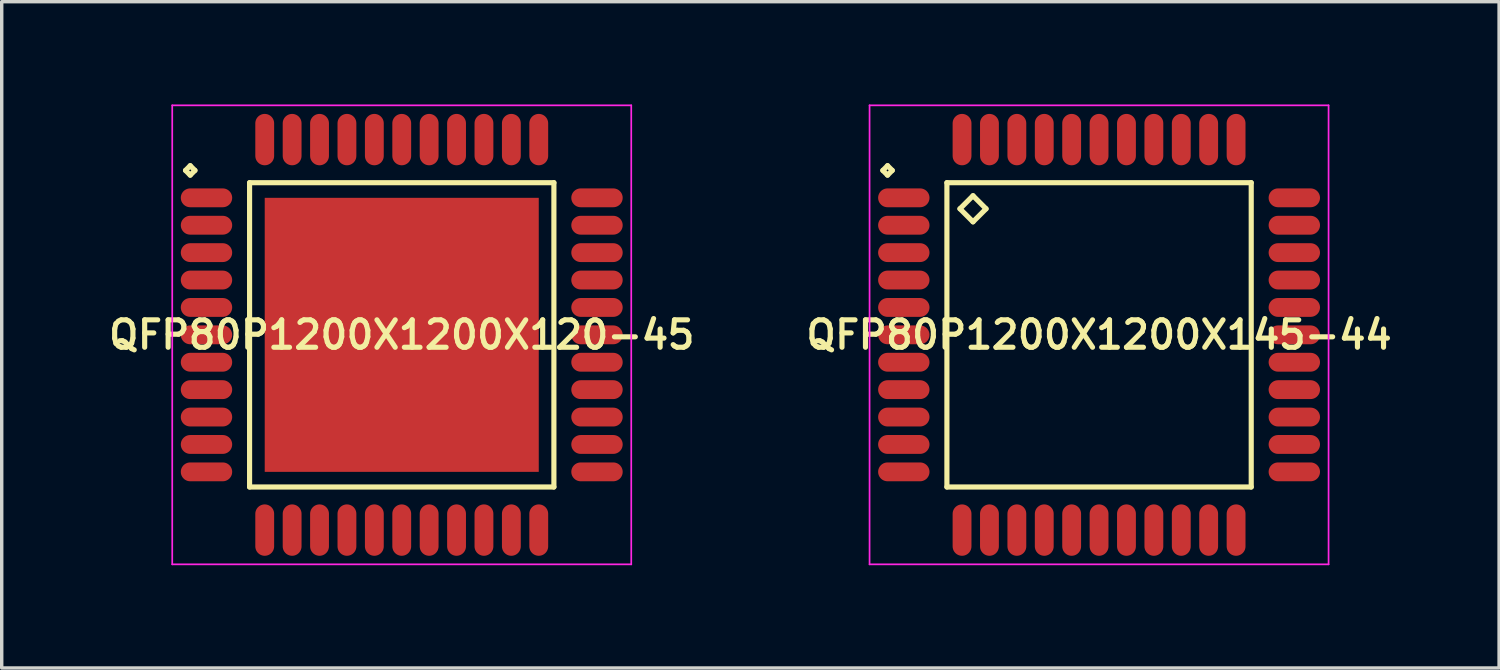
<source format=kicad_pcb>
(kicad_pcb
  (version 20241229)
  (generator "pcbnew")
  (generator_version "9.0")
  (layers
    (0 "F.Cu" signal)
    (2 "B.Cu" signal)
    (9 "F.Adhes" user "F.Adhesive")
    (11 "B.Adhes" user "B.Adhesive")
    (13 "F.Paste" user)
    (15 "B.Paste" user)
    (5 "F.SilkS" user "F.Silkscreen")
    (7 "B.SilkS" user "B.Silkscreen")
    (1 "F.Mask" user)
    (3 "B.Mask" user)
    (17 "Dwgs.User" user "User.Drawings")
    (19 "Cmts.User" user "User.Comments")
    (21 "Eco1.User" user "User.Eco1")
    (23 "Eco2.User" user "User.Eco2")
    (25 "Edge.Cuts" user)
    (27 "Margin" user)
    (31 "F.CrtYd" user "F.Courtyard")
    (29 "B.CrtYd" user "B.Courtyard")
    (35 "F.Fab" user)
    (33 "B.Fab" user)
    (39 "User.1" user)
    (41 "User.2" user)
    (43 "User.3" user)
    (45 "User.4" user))
  (footprint "QFP80P1200X1200X120-45"
    (layer "F.Cu")
    (at 8.678 6.725)
    (property "Reference" "QFP80P1200X1200X120-45" (at 0 0 0) (layer "F.SilkS") (effects (font (size 0.8 0.8) (thickness 0.15))))
    (attr smd)
    (fp_line (start -6.312 -4.8) (end -6.175 -4.938) (stroke (width 0.15) (type solid)) (layer "F.SilkS"))
    (fp_line (start -6.175 -4.938) (end -6.037 -4.8) (stroke (width 0.15) (type solid)) (layer "F.SilkS"))
    (fp_line (start -6.175 -4.662) (end -6.312 -4.8) (stroke (width 0.15) (type solid)) (layer "F.SilkS"))
    (fp_line (start -6.037 -4.8) (end -6.175 -4.662) (stroke (width 0.15) (type solid)) (layer "F.SilkS"))
    (fp_line (start -4.442 -4.442) (end -4.442 4.442) (stroke (width 0.15) (type solid)) (layer "F.SilkS"))
    (fp_line (start -4.442 4.442) (end 4.442 4.442) (stroke (width 0.15) (type solid)) (layer "F.SilkS"))
    (fp_line (start 4.442 -4.442) (end -4.442 -4.442) (stroke (width 0.15) (type solid)) (layer "F.SilkS"))
    (fp_line (start 4.442 4.442) (end 4.442 -4.442) (stroke (width 0.15) (type solid)) (layer "F.SilkS"))
    (fp_line (start -6.7 -6.7) (end 6.7 -6.7) (stroke (width 0.05) (type solid)) (layer "F.CrtYd"))
    (fp_line (start -6.7 6.7) (end -6.7 -6.7) (stroke (width 0.05) (type solid)) (layer "F.CrtYd"))
    (fp_line (start 6.7 -6.7) (end 6.7 6.7) (stroke (width 0.05) (type solid)) (layer "F.CrtYd"))
    (fp_line (start 6.7 6.7) (end -6.7 6.7) (stroke (width 0.05) (type solid)) (layer "F.CrtYd"))
    (pad "1" smd oval (at -5.7 -4) (size 1.5 0.55) (layers "F.Cu" "F.Mask" "F.Paste"))
    (pad "2" smd oval (at -5.7 -3.2) (size 1.5 0.55) (layers "F.Cu" "F.Mask" "F.Paste"))
    (pad "3" smd oval (at -5.7 -2.4) (size 1.5 0.55) (layers "F.Cu" "F.Mask" "F.Paste"))
    (pad "4" smd oval (at -5.7 -1.6) (size 1.5 0.55) (layers "F.Cu" "F.Mask" "F.Paste"))
    (pad "5" smd oval (at -5.7 -0.8) (size 1.5 0.55) (layers "F.Cu" "F.Mask" "F.Paste"))
    (pad "6" smd oval (at -5.7 0) (size 1.5 0.55) (layers "F.Cu" "F.Mask" "F.Paste"))
    (pad "7" smd oval (at -5.7 0.8) (size 1.5 0.55) (layers "F.Cu" "F.Mask" "F.Paste"))
    (pad "8" smd oval (at -5.7 1.6) (size 1.5 0.55) (layers "F.Cu" "F.Mask" "F.Paste"))
    (pad "9" smd oval (at -5.7 2.4) (size 1.5 0.55) (layers "F.Cu" "F.Mask" "F.Paste"))
    (pad "10" smd oval (at -5.7 3.2) (size 1.5 0.55) (layers "F.Cu" "F.Mask" "F.Paste"))
    (pad "11" smd oval (at -5.7 4) (size 1.5 0.55) (layers "F.Cu" "F.Mask" "F.Paste"))
    (pad "12" smd oval (at -4 5.7) (size 0.55 1.5) (layers "F.Cu" "F.Mask" "F.Paste"))
    (pad "13" smd oval (at -3.2 5.7) (size 0.55 1.5) (layers "F.Cu" "F.Mask" "F.Paste"))
    (pad "14" smd oval (at -2.4 5.7) (size 0.55 1.5) (layers "F.Cu" "F.Mask" "F.Paste"))
    (pad "15" smd oval (at -1.6 5.7) (size 0.55 1.5) (layers "F.Cu" "F.Mask" "F.Paste"))
    (pad "16" smd oval (at -0.8 5.7) (size 0.55 1.5) (layers "F.Cu" "F.Mask" "F.Paste"))
    (pad "17" smd oval (at 0 5.7) (size 0.55 1.5) (layers "F.Cu" "F.Mask" "F.Paste"))
    (pad "18" smd oval (at 0.8 5.7) (size 0.55 1.5) (layers "F.Cu" "F.Mask" "F.Paste"))
    (pad "19" smd oval (at 1.6 5.7) (size 0.55 1.5) (layers "F.Cu" "F.Mask" "F.Paste"))
    (pad "20" smd oval (at 2.4 5.7) (size 0.55 1.5) (layers "F.Cu" "F.Mask" "F.Paste"))
    (pad "21" smd oval (at 3.2 5.7) (size 0.55 1.5) (layers "F.Cu" "F.Mask" "F.Paste"))
    (pad "22" smd oval (at 4 5.7) (size 0.55 1.5) (layers "F.Cu" "F.Mask" "F.Paste"))
    (pad "23" smd oval (at 5.7 4) (size 1.5 0.55) (layers "F.Cu" "F.Mask" "F.Paste"))
    (pad "24" smd oval (at 5.7 3.2) (size 1.5 0.55) (layers "F.Cu" "F.Mask" "F.Paste"))
    (pad "25" smd oval (at 5.7 2.4) (size 1.5 0.55) (layers "F.Cu" "F.Mask" "F.Paste"))
    (pad "26" smd oval (at 5.7 1.6) (size 1.5 0.55) (layers "F.Cu" "F.Mask" "F.Paste"))
    (pad "27" smd oval (at 5.7 0.8) (size 1.5 0.55) (layers "F.Cu" "F.Mask" "F.Paste"))
    (pad "28" smd oval (at 5.7 0) (size 1.5 0.55) (layers "F.Cu" "F.Mask" "F.Paste"))
    (pad "29" smd oval (at 5.7 -0.8) (size 1.5 0.55) (layers "F.Cu" "F.Mask" "F.Paste"))
    (pad "30" smd oval (at 5.7 -1.6) (size 1.5 0.55) (layers "F.Cu" "F.Mask" "F.Paste"))
    (pad "31" smd oval (at 5.7 -2.4) (size 1.5 0.55) (layers "F.Cu" "F.Mask" "F.Paste"))
    (pad "32" smd oval (at 5.7 -3.2) (size 1.5 0.55) (layers "F.Cu" "F.Mask" "F.Paste"))
    (pad "33" smd oval (at 5.7 -4) (size 1.5 0.55) (layers "F.Cu" "F.Mask" "F.Paste"))
    (pad "34" smd oval (at 4 -5.7) (size 0.55 1.5) (layers "F.Cu" "F.Mask" "F.Paste"))
    (pad "35" smd oval (at 3.2 -5.7) (size 0.55 1.5) (layers "F.Cu" "F.Mask" "F.Paste"))
    (pad "36" smd oval (at 2.4 -5.7) (size 0.55 1.5) (layers "F.Cu" "F.Mask" "F.Paste"))
    (pad "37" smd oval (at 1.6 -5.7) (size 0.55 1.5) (layers "F.Cu" "F.Mask" "F.Paste"))
    (pad "38" smd oval (at 0.8 -5.7) (size 0.55 1.5) (layers "F.Cu" "F.Mask" "F.Paste"))
    (pad "39" smd oval (at 0 -5.7) (size 0.55 1.5) (layers "F.Cu" "F.Mask" "F.Paste"))
    (pad "40" smd oval (at -0.8 -5.7) (size 0.55 1.5) (layers "F.Cu" "F.Mask" "F.Paste"))
    (pad "41" smd oval (at -1.6 -5.7) (size 0.55 1.5) (layers "F.Cu" "F.Mask" "F.Paste"))
    (pad "42" smd oval (at -2.4 -5.7) (size 0.55 1.5) (layers "F.Cu" "F.Mask" "F.Paste"))
    (pad "43" smd oval (at -3.2 -5.7) (size 0.55 1.5) (layers "F.Cu" "F.Mask" "F.Paste"))
    (pad "44" smd oval (at -4 -5.7) (size 0.55 1.5) (layers "F.Cu" "F.Mask" "F.Paste"))
    (pad "45" smd rect (at 0 0) (size 8 8) (layers "F.Cu" "F.Mask" "F.Paste")))
  (footprint "QFP80P1200X1200X145-44"
    (layer "F.Cu")
    (at 29.035 6.725)
    (property "Reference" "QFP80P1200X1200X145-44" (at 0 0 0) (layer "F.SilkS") (effects (font (size 0.8 0.8) (thickness 0.15))))
    (attr smd)
    (fp_line (start -6.312 -4.8) (end -6.175 -4.938) (stroke (width 0.15) (type solid)) (layer "F.SilkS"))
    (fp_line (start -6.175 -4.938) (end -6.037 -4.8) (stroke (width 0.15) (type solid)) (layer "F.SilkS"))
    (fp_line (start -6.175 -4.662) (end -6.312 -4.8) (stroke (width 0.15) (type solid)) (layer "F.SilkS"))
    (fp_line (start -6.037 -4.8) (end -6.175 -4.662) (stroke (width 0.15) (type solid)) (layer "F.SilkS"))
    (fp_line (start -4.442 -4.442) (end -4.442 4.442) (stroke (width 0.15) (type solid)) (layer "F.SilkS"))
    (fp_line (start -4.442 4.442) (end 4.442 4.442) (stroke (width 0.15) (type solid)) (layer "F.SilkS"))
    (fp_line (start -4.061 -3.68) (end -3.68 -4.061) (stroke (width 0.15) (type solid)) (layer "F.SilkS"))
    (fp_line (start -3.68 -4.061) (end -3.299 -3.68) (stroke (width 0.15) (type solid)) (layer "F.SilkS"))
    (fp_line (start -3.68 -3.299) (end -4.061 -3.68) (stroke (width 0.15) (type solid)) (layer "F.SilkS"))
    (fp_line (start -3.299 -3.68) (end -3.68 -3.299) (stroke (width 0.15) (type solid)) (layer "F.SilkS"))
    (fp_line (start 4.442 -4.442) (end -4.442 -4.442) (stroke (width 0.15) (type solid)) (layer "F.SilkS"))
    (fp_line (start 4.442 4.442) (end 4.442 -4.442) (stroke (width 0.15) (type solid)) (layer "F.SilkS"))
    (fp_line (start -6.7 -6.7) (end 6.7 -6.7) (stroke (width 0.05) (type solid)) (layer "F.CrtYd"))
    (fp_line (start -6.7 6.7) (end -6.7 -6.7) (stroke (width 0.05) (type solid)) (layer "F.CrtYd"))
    (fp_line (start 6.7 -6.7) (end 6.7 6.7) (stroke (width 0.05) (type solid)) (layer "F.CrtYd"))
    (fp_line (start 6.7 6.7) (end -6.7 6.7) (stroke (width 0.05) (type solid)) (layer "F.CrtYd"))
    (pad "1" smd oval (at -5.7 -4) (size 1.5 0.55) (layers "F.Cu" "F.Mask" "F.Paste"))
    (pad "2" smd oval (at -5.7 -3.2) (size 1.5 0.55) (layers "F.Cu" "F.Mask" "F.Paste"))
    (pad "3" smd oval (at -5.7 -2.4) (size 1.5 0.55) (layers "F.Cu" "F.Mask" "F.Paste"))
    (pad "4" smd oval (at -5.7 -1.6) (size 1.5 0.55) (layers "F.Cu" "F.Mask" "F.Paste"))
    (pad "5" smd oval (at -5.7 -0.8) (size 1.5 0.55) (layers "F.Cu" "F.Mask" "F.Paste"))
    (pad "6" smd oval (at -5.7 0) (size 1.5 0.55) (layers "F.Cu" "F.Mask" "F.Paste"))
    (pad "7" smd oval (at -5.7 0.8) (size 1.5 0.55) (layers "F.Cu" "F.Mask" "F.Paste"))
    (pad "8" smd oval (at -5.7 1.6) (size 1.5 0.55) (layers "F.Cu" "F.Mask" "F.Paste"))
    (pad "9" smd oval (at -5.7 2.4) (size 1.5 0.55) (layers "F.Cu" "F.Mask" "F.Paste"))
    (pad "10" smd oval (at -5.7 3.2) (size 1.5 0.55) (layers "F.Cu" "F.Mask" "F.Paste"))
    (pad "11" smd oval (at -5.7 4) (size 1.5 0.55) (layers "F.Cu" "F.Mask" "F.Paste"))
    (pad "12" smd oval (at -4 5.7) (size 0.55 1.5) (layers "F.Cu" "F.Mask" "F.Paste"))
    (pad "13" smd oval (at -3.2 5.7) (size 0.55 1.5) (layers "F.Cu" "F.Mask" "F.Paste"))
    (pad "14" smd oval (at -2.4 5.7) (size 0.55 1.5) (layers "F.Cu" "F.Mask" "F.Paste"))
    (pad "15" smd oval (at -1.6 5.7) (size 0.55 1.5) (layers "F.Cu" "F.Mask" "F.Paste"))
    (pad "16" smd oval (at -0.8 5.7) (size 0.55 1.5) (layers "F.Cu" "F.Mask" "F.Paste"))
    (pad "17" smd oval (at 0 5.7) (size 0.55 1.5) (layers "F.Cu" "F.Mask" "F.Paste"))
    (pad "18" smd oval (at 0.8 5.7) (size 0.55 1.5) (layers "F.Cu" "F.Mask" "F.Paste"))
    (pad "19" smd oval (at 1.6 5.7) (size 0.55 1.5) (layers "F.Cu" "F.Mask" "F.Paste"))
    (pad "20" smd oval (at 2.4 5.7) (size 0.55 1.5) (layers "F.Cu" "F.Mask" "F.Paste"))
    (pad "21" smd oval (at 3.2 5.7) (size 0.55 1.5) (layers "F.Cu" "F.Mask" "F.Paste"))
    (pad "22" smd oval (at 4 5.7) (size 0.55 1.5) (layers "F.Cu" "F.Mask" "F.Paste"))
    (pad "23" smd oval (at 5.7 4) (size 1.5 0.55) (layers "F.Cu" "F.Mask" "F.Paste"))
    (pad "24" smd oval (at 5.7 3.2) (size 1.5 0.55) (layers "F.Cu" "F.Mask" "F.Paste"))
    (pad "25" smd oval (at 5.7 2.4) (size 1.5 0.55) (layers "F.Cu" "F.Mask" "F.Paste"))
    (pad "26" smd oval (at 5.7 1.6) (size 1.5 0.55) (layers "F.Cu" "F.Mask" "F.Paste"))
    (pad "27" smd oval (at 5.7 0.8) (size 1.5 0.55) (layers "F.Cu" "F.Mask" "F.Paste"))
    (pad "28" smd oval (at 5.7 0) (size 1.5 0.55) (layers "F.Cu" "F.Mask" "F.Paste"))
    (pad "29" smd oval (at 5.7 -0.8) (size 1.5 0.55) (layers "F.Cu" "F.Mask" "F.Paste"))
    (pad "30" smd oval (at 5.7 -1.6) (size 1.5 0.55) (layers "F.Cu" "F.Mask" "F.Paste"))
    (pad "31" smd oval (at 5.7 -2.4) (size 1.5 0.55) (layers "F.Cu" "F.Mask" "F.Paste"))
    (pad "32" smd oval (at 5.7 -3.2) (size 1.5 0.55) (layers "F.Cu" "F.Mask" "F.Paste"))
    (pad "33" smd oval (at 5.7 -4) (size 1.5 0.55) (layers "F.Cu" "F.Mask" "F.Paste"))
    (pad "34" smd oval (at 4 -5.7) (size 0.55 1.5) (layers "F.Cu" "F.Mask" "F.Paste"))
    (pad "35" smd oval (at 3.2 -5.7) (size 0.55 1.5) (layers "F.Cu" "F.Mask" "F.Paste"))
    (pad "36" smd oval (at 2.4 -5.7) (size 0.55 1.5) (layers "F.Cu" "F.Mask" "F.Paste"))
    (pad "37" smd oval (at 1.6 -5.7) (size 0.55 1.5) (layers "F.Cu" "F.Mask" "F.Paste"))
    (pad "38" smd oval (at 0.8 -5.7) (size 0.55 1.5) (layers "F.Cu" "F.Mask" "F.Paste"))
    (pad "39" smd oval (at 0 -5.7) (size 0.55 1.5) (layers "F.Cu" "F.Mask" "F.Paste"))
    (pad "40" smd oval (at -0.8 -5.7) (size 0.55 1.5) (layers "F.Cu" "F.Mask" "F.Paste"))
    (pad "41" smd oval (at -1.6 -5.7) (size 0.55 1.5) (layers "F.Cu" "F.Mask" "F.Paste"))
    (pad "42" smd oval (at -2.4 -5.7) (size 0.55 1.5) (layers "F.Cu" "F.Mask" "F.Paste"))
    (pad "43" smd oval (at -3.2 -5.7) (size 0.55 1.5) (layers "F.Cu" "F.Mask" "F.Paste"))
    (pad "44" smd oval (at -4 -5.7) (size 0.55 1.5) (layers "F.Cu" "F.Mask" "F.Paste")))
  (gr_rect
    (start -3 -3)
    (end 40.713 16.45)
    (stroke (width 0.1) (type default))
    (fill no)
    (layer "Edge.Cuts")))
</source>
